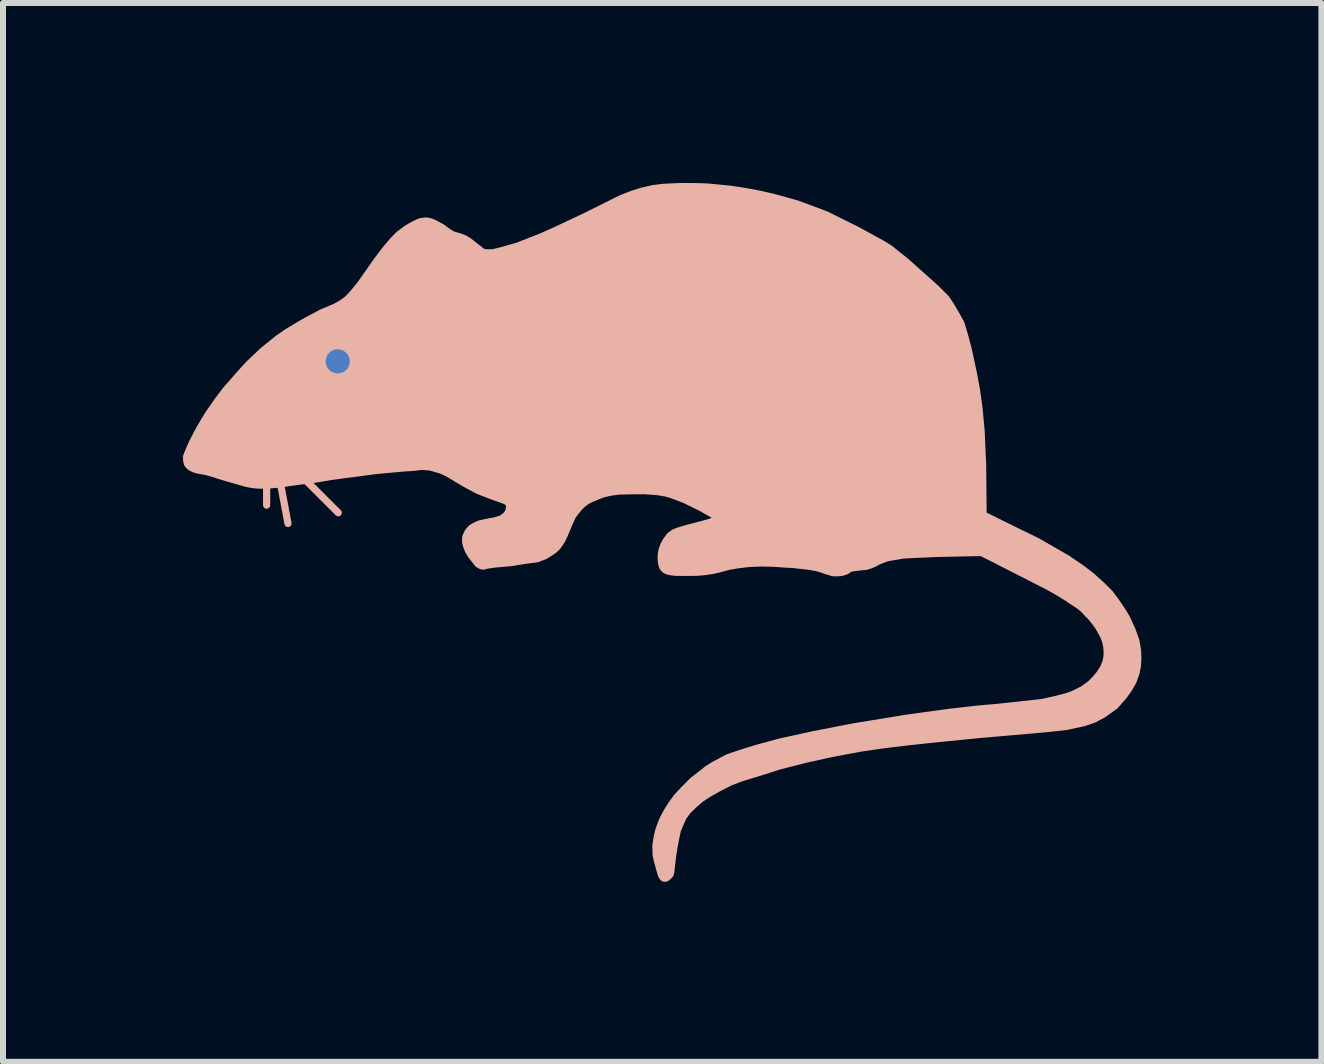
<source format=kicad_pcb>
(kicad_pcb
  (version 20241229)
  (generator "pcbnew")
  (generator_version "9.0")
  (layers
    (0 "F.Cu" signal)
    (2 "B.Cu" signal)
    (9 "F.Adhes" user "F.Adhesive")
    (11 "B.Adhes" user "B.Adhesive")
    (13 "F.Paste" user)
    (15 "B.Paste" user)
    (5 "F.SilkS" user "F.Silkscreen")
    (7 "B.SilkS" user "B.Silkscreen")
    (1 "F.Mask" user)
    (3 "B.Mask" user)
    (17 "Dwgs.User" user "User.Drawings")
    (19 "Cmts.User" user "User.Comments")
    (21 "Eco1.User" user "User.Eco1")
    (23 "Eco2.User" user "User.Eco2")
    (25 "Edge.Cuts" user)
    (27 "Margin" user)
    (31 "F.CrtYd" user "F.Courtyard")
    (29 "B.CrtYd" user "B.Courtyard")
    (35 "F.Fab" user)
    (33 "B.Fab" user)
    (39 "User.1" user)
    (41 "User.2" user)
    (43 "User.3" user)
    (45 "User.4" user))
  (footprint "LOGO_RAT"
    (layer "F.Cu")
    (at 7.618 3.466)
    (property "Reference" "LOGO_RAT" (at 0 0.5 0) (layer "F.SilkS") (effects (font (size 1 1) (thickness 0.15))))
    (attr through_hole)
    (fp_poly (pts (xy -5.538 -1.139) (xy -5.449 -1.185) (xy -5.185 -0.762) (xy -5.212 -0.744) (xy -5.234 -0.727) (xy -5.257 -0.705) (xy -5.272 -0.688) (xy -5.287 -0.667) (xy -5.299 -0.647) (xy -5.308 -0.63) (xy -5.316 -0.613) (xy -5.321 -0.599) (xy -5.325 -0.583) (xy -5.328 -0.571) (xy -5.332 -0.552) (xy -5.334 -0.54) (xy -5.337 -0.523) (xy -5.338 -0.511) (xy -5.338 -0.496) (xy -5.338 -0.481) (xy -5.337 -0.465) (xy -5.334 -0.446) (xy -5.329 -0.423) (xy -5.324 -0.407) (xy -5.318 -0.389) (xy -5.309 -0.368) (xy -5.295 -0.343) (xy -5.284 -0.326) (xy -5.271 -0.309) (xy -5.258 -0.293) (xy -5.242 -0.278) (xy -5.209 -0.251) (xy -5.188 -0.238) (xy -5.171 -0.229) (xy -5.152 -0.221) (xy -5.131 -0.213) (xy -5.102 -0.205) (xy -5.055 -0.198) (xy -5.017 -0.198) (xy -4.973 -0.204) (xy -4.935 -0.216) (xy -4.902 -0.23) (xy -4.875 -0.246) (xy -4.858 -0.258) (xy -4.828 -0.283) (xy -4.797 -0.317) (xy -4.78 -0.342) (xy -4.76 -0.38) (xy -4.75 -0.41) (xy -4.745 -0.431) (xy -4.74 -0.458) (xy -4.737 -0.5) (xy -4.739 -0.536) (xy -4.748 -0.579) (xy -4.765 -0.625) (xy -4.783 -0.66) (xy -4.809 -0.694) (xy -4.821 -0.707) (xy -4.838 -0.723) (xy -4.848 -0.732) (xy -4.87 -0.748) (xy -4.893 -0.762) (xy -4.905 -0.768) (xy -4.92 -0.776) (xy -4.931 -0.78) (xy -4.95 -0.786) (xy -4.96 -0.789) (xy -4.972 -0.792) (xy -4.982 -0.794) (xy -4.995 -0.796) (xy -5.012 -0.798) (xy -5.03 -0.799) (xy -5.057 -0.799) (xy -5.082 -0.797) (xy -5.118 -0.791) (xy -5.144 -0.782) (xy -5.163 -0.773) (xy -5.178 -0.765) (xy -5.181 -0.763) (xy -5.446 -1.187) (xy -5.281 -1.275) (xy -5.061 -1.366) (xy -4.953 -1.428) (xy -4.85 -1.501) (xy -4.748 -1.609) (xy -4.627 -1.758) (xy -4.477 -1.97) (xy -4.354 -2.148) (xy -4.203 -2.346) (xy -4.084 -2.486) (xy -3.995 -2.577) (xy -3.867 -2.674) (xy -3.758 -2.737) (xy -3.653 -2.787) (xy -3.57 -2.799) (xy -3.514 -2.79) (xy -3.438 -2.759) (xy -3.322 -2.696) (xy -3.227 -2.625) (xy -3.133 -2.569) (xy -3.048 -2.546) (xy -2.949 -2.511) (xy -2.871 -2.464) (xy -2.807 -2.412) (xy -2.704 -2.332) (xy -2.634 -2.278) (xy -2.558 -2.267) (xy -2.444 -2.269) (xy -2.295 -2.305) (xy -2.023 -2.383) (xy -1.618 -2.542) (xy -1.359 -2.658) (xy -0.899 -2.875) (xy -0.469 -3.089) (xy -0.308 -3.17) (xy -0.114 -3.247) (xy 0.046 -3.297) (xy 0.225 -3.338) (xy 0.385 -3.358) (xy 0.528 -3.366) (xy 0.69 -3.373) (xy 0.8 -3.372) (xy 0.993 -3.37) (xy 1.135 -3.364) (xy 1.278 -3.35) (xy 1.497 -3.328) (xy 1.639 -3.308) (xy 1.864 -3.27) (xy 2.015 -3.24) (xy 2.212 -3.194) (xy 2.357 -3.155) (xy 2.604 -3.085) (xy 2.79 -3.017) (xy 3.089 -2.904) (xy 3.604 -2.649) (xy 4.017 -2.422) (xy 4.139 -2.347) (xy 4.406 -2.134) (xy 4.908 -1.685) (xy 5.073 -1.519) (xy 5.141 -1.417) (xy 5.221 -1.283) (xy 5.313 -1.118) (xy 5.373 -0.92) (xy 5.437 -0.676) (xy 5.519 -0.295) (xy 5.572 -0.008) (xy 5.614 0.295) (xy 5.648 0.668) (xy 5.673 1.234) (xy 5.681 2.081) (xy 5.713 2.101) (xy 6.21 2.347) (xy 6.613 2.543) (xy 7.101 2.825) (xy 7.337 2.986) (xy 7.5 3.11) (xy 7.675 3.269) (xy 7.804 3.397) (xy 7.902 3.529) (xy 7.992 3.661) (xy 8.075 3.796) (xy 8.164 3.99) (xy 8.23 4.173) (xy 8.256 4.327) (xy 8.261 4.46) (xy 8.253 4.58) (xy 8.229 4.692) (xy 8.184 4.818) (xy 8.116 4.936) (xy 8.036 5.05) (xy 7.893 5.213) (xy 7.707 5.347) (xy 7.552 5.43) (xy 7.396 5.484) (xy 7.101 5.548) (xy 6.744 5.587) (xy 5.63 5.684) (xy 4.822 5.765) (xy 4.469 5.803) (xy 4.039 5.855) (xy 3.653 5.912) (xy 3.212 5.995) (xy 2.763 6.093) (xy 2.316 6.207) (xy 1.981 6.314) (xy 1.67 6.409) (xy 1.497 6.475) (xy 1.308 6.57) (xy 1.137 6.665) (xy 0.99 6.76) (xy 0.879 6.857) (xy 0.767 6.965) (xy 0.687 7.075) (xy 0.63 7.199) (xy 0.585 7.308) (xy 0.561 7.422) (xy 0.532 7.572) (xy 0.509 7.711) (xy 0.492 7.85) (xy 0.483 7.923) (xy 0.476 7.995) (xy 0.469 8.031) (xy 0.455 8.048) (xy 0.424 8.076) (xy 0.415 8.078) (xy 0.401 8.06) (xy 0.392 8.034) (xy 0.382 8.001) (xy 0.365 7.94) (xy 0.348 7.876) (xy 0.329 7.812) (xy 0.311 7.728) (xy 0.31 7.662) (xy 0.307 7.579) (xy 0.317 7.508) (xy 0.329 7.435) (xy 0.352 7.338) (xy 0.379 7.259) (xy 0.411 7.176) (xy 0.448 7.1) (xy 0.501 7.006) (xy 0.565 6.905) (xy 0.648 6.793) (xy 0.744 6.688) (xy 0.813 6.619) (xy 0.912 6.52) (xy 1.043 6.418) (xy 1.147 6.335) (xy 1.252 6.269) (xy 1.484 6.145) (xy 1.731 6.062) (xy 1.822 6.033) (xy 1.969 5.989) (xy 2.347 5.886) (xy 2.9 5.765) (xy 3.568 5.635) (xy 4.475 5.487) (xy 5.185 5.39) (xy 5.635 5.339) (xy 5.965 5.31) (xy 6.499 5.253) (xy 6.72 5.227) (xy 6.932 5.18) (xy 7.112 5.134) (xy 7.232 5.093) (xy 7.41 5.005) (xy 7.542 4.907) (xy 7.621 4.828) (xy 7.699 4.735) (xy 7.766 4.629) (xy 7.811 4.517) (xy 7.828 4.423) (xy 7.83 4.334) (xy 7.823 4.249) (xy 7.801 4.149) (xy 7.768 4.062) (xy 7.684 3.91) (xy 7.64 3.849) (xy 7.589 3.782) (xy 7.554 3.738) (xy 7.502 3.687) (xy 7.417 3.596) (xy 7.341 3.536) (xy 7.253 3.479) (xy 7.122 3.392) (xy 6.986 3.308) (xy 6.821 3.216) (xy 6.713 3.161) (xy 6.489 3.046) (xy 6.142 2.87) (xy 5.879 2.735) (xy 5.729 2.661) (xy 5.704 2.649) (xy 5.686 2.648) (xy 5.355 2.654) (xy 4.952 2.663) (xy 4.588 2.679) (xy 4.381 2.69) (xy 4.207 2.72) (xy 4.129 2.732) (xy 4.046 2.76) (xy 3.95 2.798) (xy 3.89 2.832) (xy 3.824 2.859) (xy 3.761 2.879) (xy 3.669 2.887) (xy 3.572 2.9) (xy 3.5 2.91) (xy 3.469 2.927) (xy 3.415 2.962) (xy 3.366 2.977) (xy 3.323 2.984) (xy 3.266 2.985) (xy 3.22 2.984) (xy 3.159 2.963) (xy 3.113 2.951) (xy 3.037 2.923) (xy 2.944 2.898) (xy 2.816 2.876) (xy 2.548 2.846) (xy 2.41 2.839) (xy 2.214 2.825) (xy 2.012 2.822) (xy 1.818 2.83) (xy 1.628 2.852) (xy 1.466 2.88) (xy 1.306 2.924) (xy 1.199 2.948) (xy 1.078 2.966) (xy 0.946 2.977) (xy 0.789 2.979) (xy 0.6 2.977) (xy 0.518 2.968) (xy 0.465 2.954) (xy 0.438 2.938) (xy 0.42 2.917) (xy 0.408 2.888) (xy 0.401 2.853) (xy 0.396 2.808) (xy 0.395 2.757) (xy 0.4 2.705) (xy 0.409 2.656) (xy 0.433 2.586) (xy 0.47 2.519) (xy 0.528 2.439) (xy 0.583 2.398) (xy 0.645 2.371) (xy 0.784 2.329) (xy 1.06 2.257) (xy 1.207 2.216) (xy 1.292 2.162) (xy 1.335 2.129) (xy 1.348 2.106) (xy 1.326 2.07) (xy 1.272 2.033) (xy 1.193 1.992) (xy 1.065 1.918) (xy 0.772 1.773) (xy 0.581 1.7) (xy 0.543 1.685) (xy 0.435 1.655) (xy 0.293 1.632) (xy 0.084 1.617) (xy -0.07 1.617) (xy -0.356 1.623) (xy -0.501 1.643) (xy -0.623 1.671) (xy -0.732 1.713) (xy -0.85 1.763) (xy -0.911 1.796) (xy -0.979 1.847) (xy -1.034 1.899) (xy -1.104 1.984) (xy -1.156 2.052) (xy -1.206 2.16) (xy -1.249 2.261) (xy -1.301 2.385) (xy -1.335 2.457) (xy -1.371 2.512) (xy -1.398 2.551) (xy -1.415 2.572) (xy -1.448 2.604) (xy -1.488 2.634) (xy -1.6 2.705) (xy -1.727 2.754) (xy -1.943 2.781) (xy -2.146 2.815) (xy -2.41 2.838) (xy -2.572 2.861) (xy -2.605 2.874) (xy -2.633 2.87) (xy -2.671 2.848) (xy -2.709 2.8) (xy -2.737 2.764) (xy -2.78 2.71) (xy -2.823 2.636) (xy -2.848 2.574) (xy -2.865 2.509) (xy -2.864 2.441) (xy -2.832 2.37) (xy -2.784 2.314) (xy -2.733 2.284) (xy -2.667 2.252) (xy -2.558 2.228) (xy -2.397 2.197) (xy -2.289 2.163) (xy -2.22 2.113) (xy -2.177 2.07) (xy -2.148 2.014) (xy -2.135 1.965) (xy -2.132 1.92) (xy -2.141 1.869) (xy -2.15 1.841) (xy -2.167 1.823) (xy -2.19 1.809) (xy -2.22 1.79) (xy -2.295 1.762) (xy -2.445 1.709) (xy -2.62 1.642) (xy -2.689 1.613) (xy -2.783 1.563) (xy -2.893 1.504) (xy -3.193 1.325) (xy -3.304 1.275) (xy -3.489 1.222) (xy -3.647 1.211) (xy -3.752 1.225) (xy -3.963 1.24) (xy -4.406 1.281) (xy -4.664 1.315) (xy -4.924 1.349) (xy -5.16 1.381) (xy -5.425 1.426) (xy -5.848 1.481) (xy -5.978 1.503) (xy -6.181 1.521) (xy -6.342 1.525) (xy -6.454 1.515) (xy -6.546 1.497) (xy -6.812 1.421) (xy -7.015 1.361) (xy -7.099 1.332) (xy -7.222 1.298) (xy -7.359 1.274) (xy -7.424 1.254) (xy -7.472 1.228) (xy -7.504 1.195) (xy -7.516 1.15) (xy -7.518 1.097) (xy -7.485 1.014) (xy -7.428 0.883) (xy -7.305 0.646) (xy -7.167 0.415) (xy -6.996 0.171) (xy -6.874 0.009) (xy -6.647 -0.251) (xy -6.482 -0.432) (xy -6.25 -0.65) (xy -6.007 -0.846) (xy -5.859 -0.949) (xy -5.719 -1.032) (xy -5.619 -1.092)) (stroke (width 0.1) (type solid)) (fill yes) (layer "B.Cu"))
    (fp_line (start -6.233 1.441) (end -6.233 1.904) (stroke (width 0.05) (type solid)) (layer "B.SilkS"))
    (fp_line (start -6.223 1.905) (end -6.223 1.448) (stroke (width 0.12) (type solid)) (layer "B.SilkS"))
    (fp_line (start -6.038 1.337) (end -5.887 2.206) (stroke (width 0.05) (type solid)) (layer "B.SilkS"))
    (fp_line (start -5.867 2.21) (end -6.02 1.397) (stroke (width 0.12) (type solid)) (layer "B.SilkS"))
    (fp_line (start -5.66 1.425) (end -5.043 2.03) (stroke (width 0.05) (type solid)) (layer "B.SilkS"))
    (fp_line (start -5.029 2.032) (end -5.74 1.321) (stroke (width 0.12) (type solid)) (layer "B.SilkS"))
    (fp_poly (pts (xy -5.538 -1.132) (xy -5.449 -1.178) (xy -5.185 -0.755) (xy -5.212 -0.737) (xy -5.234 -0.72) (xy -5.257 -0.698) (xy -5.272 -0.681) (xy -5.287 -0.66) (xy -5.299 -0.64) (xy -5.308 -0.623) (xy -5.316 -0.606) (xy -5.321 -0.592) (xy -5.325 -0.576) (xy -5.328 -0.564) (xy -5.332 -0.545) (xy -5.334 -0.533) (xy -5.337 -0.516) (xy -5.338 -0.504) (xy -5.338 -0.489) (xy -5.338 -0.474) (xy -5.337 -0.458) (xy -5.334 -0.439) (xy -5.329 -0.416) (xy -5.324 -0.4) (xy -5.318 -0.382) (xy -5.309 -0.361) (xy -5.295 -0.336) (xy -5.284 -0.319) (xy -5.271 -0.302) (xy -5.258 -0.286) (xy -5.242 -0.271) (xy -5.209 -0.244) (xy -5.188 -0.231) (xy -5.171 -0.222) (xy -5.152 -0.214) (xy -5.131 -0.206) (xy -5.102 -0.198) (xy -5.055 -0.191) (xy -5.017 -0.191) (xy -4.973 -0.197) (xy -4.935 -0.209) (xy -4.902 -0.223) (xy -4.875 -0.239) (xy -4.858 -0.251) (xy -4.828 -0.276) (xy -4.797 -0.31) (xy -4.78 -0.335) (xy -4.76 -0.373) (xy -4.75 -0.403) (xy -4.745 -0.424) (xy -4.74 -0.451) (xy -4.737 -0.493) (xy -4.739 -0.529) (xy -4.748 -0.572) (xy -4.765 -0.618) (xy -4.783 -0.653) (xy -4.809 -0.687) (xy -4.821 -0.7) (xy -4.838 -0.716) (xy -4.848 -0.725) (xy -4.87 -0.741) (xy -4.893 -0.755) (xy -4.905 -0.761) (xy -4.92 -0.769) (xy -4.931 -0.773) (xy -4.95 -0.779) (xy -4.96 -0.782) (xy -4.972 -0.785) (xy -4.982 -0.787) (xy -4.995 -0.789) (xy -5.012 -0.791) (xy -5.03 -0.792) (xy -5.057 -0.792) (xy -5.082 -0.79) (xy -5.118 -0.784) (xy -5.144 -0.775) (xy -5.163 -0.766) (xy -5.178 -0.758) (xy -5.181 -0.756) (xy -5.446 -1.18) (xy -5.281 -1.268) (xy -5.061 -1.359) (xy -4.953 -1.421) (xy -4.85 -1.494) (xy -4.748 -1.602) (xy -4.627 -1.751) (xy -4.477 -1.963) (xy -4.354 -2.141) (xy -4.203 -2.339) (xy -4.084 -2.479) (xy -3.995 -2.57) (xy -3.867 -2.667) (xy -3.758 -2.73) (xy -3.653 -2.78) (xy -3.57 -2.792) (xy -3.514 -2.783) (xy -3.438 -2.752) (xy -3.322 -2.689) (xy -3.227 -2.618) (xy -3.133 -2.562) (xy -3.048 -2.539) (xy -2.949 -2.504) (xy -2.871 -2.457) (xy -2.807 -2.405) (xy -2.704 -2.325) (xy -2.634 -2.271) (xy -2.558 -2.26) (xy -2.444 -2.262) (xy -2.295 -2.298) (xy -2.023 -2.376) (xy -1.618 -2.535) (xy -1.359 -2.651) (xy -0.899 -2.868) (xy -0.469 -3.082) (xy -0.308 -3.163) (xy -0.114 -3.24) (xy 0.046 -3.29) (xy 0.225 -3.331) (xy 0.385 -3.351) (xy 0.528 -3.359) (xy 0.69 -3.366) (xy 0.8 -3.365) (xy 0.993 -3.363) (xy 1.135 -3.357) (xy 1.278 -3.343) (xy 1.497 -3.321) (xy 1.639 -3.301) (xy 1.864 -3.263) (xy 2.015 -3.233) (xy 2.212 -3.187) (xy 2.357 -3.148) (xy 2.604 -3.078) (xy 2.79 -3.01) (xy 3.089 -2.897) (xy 3.604 -2.642) (xy 4.017 -2.415) (xy 4.139 -2.34) (xy 4.406 -2.127) (xy 4.908 -1.678) (xy 5.073 -1.512) (xy 5.141 -1.41) (xy 5.221 -1.276) (xy 5.313 -1.111) (xy 5.373 -0.913) (xy 5.437 -0.669) (xy 5.519 -0.288) (xy 5.572 -0.001) (xy 5.614 0.302) (xy 5.648 0.675) (xy 5.673 1.241) (xy 5.681 2.088) (xy 5.713 2.108) (xy 6.21 2.354) (xy 6.613 2.55) (xy 7.101 2.832) (xy 7.337 2.993) (xy 7.5 3.117) (xy 7.675 3.276) (xy 7.804 3.404) (xy 7.902 3.536) (xy 7.992 3.668) (xy 8.075 3.803) (xy 8.164 3.997) (xy 8.23 4.18) (xy 8.256 4.334) (xy 8.261 4.467) (xy 8.253 4.587) (xy 8.229 4.699) (xy 8.184 4.825) (xy 8.116 4.943) (xy 8.036 5.057) (xy 7.893 5.22) (xy 7.707 5.354) (xy 7.552 5.437) (xy 7.396 5.491) (xy 7.101 5.555) (xy 6.744 5.594) (xy 5.63 5.691) (xy 4.822 5.772) (xy 4.469 5.81) (xy 4.039 5.862) (xy 3.653 5.919) (xy 3.212 6.002) (xy 2.763 6.1) (xy 2.316 6.214) (xy 1.981 6.321) (xy 1.67 6.416) (xy 1.497 6.482) (xy 1.308 6.577) (xy 1.137 6.672) (xy 0.99 6.767) (xy 0.879 6.864) (xy 0.767 6.972) (xy 0.687 7.082) (xy 0.63 7.206) (xy 0.585 7.315) (xy 0.561 7.429) (xy 0.532 7.579) (xy 0.509 7.718) (xy 0.492 7.857) (xy 0.483 7.93) (xy 0.476 8.002) (xy 0.469 8.038) (xy 0.455 8.055) (xy 0.424 8.083) (xy 0.415 8.085) (xy 0.401 8.067) (xy 0.392 8.041) (xy 0.382 8.008) (xy 0.365 7.947) (xy 0.348 7.883) (xy 0.329 7.819) (xy 0.311 7.735) (xy 0.31 7.669) (xy 0.307 7.586) (xy 0.317 7.515) (xy 0.329 7.442) (xy 0.352 7.345) (xy 0.379 7.266) (xy 0.411 7.183) (xy 0.448 7.107) (xy 0.501 7.013) (xy 0.565 6.912) (xy 0.648 6.8) (xy 0.744 6.695) (xy 0.813 6.626) (xy 0.912 6.527) (xy 1.043 6.425) (xy 1.147 6.342) (xy 1.252 6.276) (xy 1.484 6.152) (xy 1.731 6.069) (xy 1.822 6.04) (xy 1.969 5.996) (xy 2.347 5.893) (xy 2.9 5.772) (xy 3.568 5.642) (xy 4.475 5.494) (xy 5.185 5.397) (xy 5.635 5.346) (xy 5.965 5.317) (xy 6.499 5.26) (xy 6.72 5.234) (xy 6.932 5.187) (xy 7.112 5.141) (xy 7.232 5.1) (xy 7.41 5.012) (xy 7.542 4.914) (xy 7.621 4.835) (xy 7.699 4.742) (xy 7.766 4.636) (xy 7.811 4.524) (xy 7.828 4.43) (xy 7.83 4.341) (xy 7.823 4.256) (xy 7.801 4.156) (xy 7.768 4.069) (xy 7.684 3.917) (xy 7.64 3.856) (xy 7.589 3.789) (xy 7.554 3.745) (xy 7.502 3.694) (xy 7.417 3.603) (xy 7.341 3.543) (xy 7.253 3.486) (xy 7.122 3.399) (xy 6.986 3.315) (xy 6.821 3.223) (xy 6.713 3.168) (xy 6.489 3.053) (xy 6.142 2.877) (xy 5.879 2.742) (xy 5.729 2.668) (xy 5.704 2.656) (xy 5.686 2.655) (xy 5.355 2.661) (xy 4.952 2.67) (xy 4.588 2.686) (xy 4.381 2.697) (xy 4.207 2.727) (xy 4.129 2.739) (xy 4.046 2.767) (xy 3.95 2.805) (xy 3.89 2.839) (xy 3.824 2.866) (xy 3.761 2.886) (xy 3.669 2.894) (xy 3.572 2.907) (xy 3.5 2.917) (xy 3.469 2.934) (xy 3.415 2.969) (xy 3.366 2.984) (xy 3.323 2.991) (xy 3.266 2.992) (xy 3.22 2.991) (xy 3.159 2.97) (xy 3.113 2.958) (xy 3.037 2.93) (xy 2.944 2.905) (xy 2.816 2.883) (xy 2.548 2.853) (xy 2.41 2.846) (xy 2.214 2.832) (xy 2.012 2.829) (xy 1.818 2.837) (xy 1.628 2.859) (xy 1.466 2.887) (xy 1.306 2.931) (xy 1.199 2.955) (xy 1.078 2.973) (xy 0.946 2.984) (xy 0.789 2.986) (xy 0.6 2.984) (xy 0.518 2.975) (xy 0.465 2.961) (xy 0.438 2.945) (xy 0.42 2.924) (xy 0.408 2.895) (xy 0.401 2.86) (xy 0.396 2.815) (xy 0.395 2.764) (xy 0.4 2.712) (xy 0.409 2.663) (xy 0.433 2.593) (xy 0.47 2.526) (xy 0.528 2.446) (xy 0.583 2.405) (xy 0.645 2.378) (xy 0.784 2.336) (xy 1.06 2.264) (xy 1.207 2.223) (xy 1.292 2.169) (xy 1.335 2.136) (xy 1.348 2.113) (xy 1.326 2.077) (xy 1.272 2.04) (xy 1.193 1.999) (xy 1.065 1.925) (xy 0.772 1.78) (xy 0.581 1.707) (xy 0.543 1.692) (xy 0.435 1.662) (xy 0.293 1.639) (xy 0.084 1.624) (xy -0.07 1.624) (xy -0.356 1.63) (xy -0.501 1.65) (xy -0.623 1.678) (xy -0.732 1.72) (xy -0.85 1.77) (xy -0.911 1.803) (xy -0.979 1.854) (xy -1.034 1.906) (xy -1.104 1.991) (xy -1.156 2.059) (xy -1.206 2.167) (xy -1.249 2.268) (xy -1.301 2.392) (xy -1.335 2.464) (xy -1.371 2.519) (xy -1.398 2.558) (xy -1.415 2.579) (xy -1.448 2.611) (xy -1.488 2.641) (xy -1.6 2.712) (xy -1.727 2.761) (xy -1.943 2.788) (xy -2.146 2.822) (xy -2.41 2.845) (xy -2.572 2.868) (xy -2.605 2.881) (xy -2.633 2.877) (xy -2.671 2.855) (xy -2.709 2.807) (xy -2.737 2.771) (xy -2.78 2.717) (xy -2.823 2.643) (xy -2.848 2.581) (xy -2.865 2.516) (xy -2.864 2.448) (xy -2.832 2.377) (xy -2.784 2.321) (xy -2.733 2.291) (xy -2.667 2.259) (xy -2.558 2.235) (xy -2.397 2.204) (xy -2.289 2.17) (xy -2.22 2.12) (xy -2.177 2.077) (xy -2.148 2.021) (xy -2.135 1.972) (xy -2.132 1.927) (xy -2.141 1.876) (xy -2.15 1.848) (xy -2.167 1.83) (xy -2.19 1.816) (xy -2.22 1.797) (xy -2.295 1.769) (xy -2.445 1.716) (xy -2.62 1.649) (xy -2.689 1.62) (xy -2.783 1.57) (xy -2.893 1.511) (xy -3.193 1.332) (xy -3.304 1.282) (xy -3.489 1.229) (xy -3.647 1.218) (xy -3.752 1.232) (xy -3.963 1.247) (xy -4.406 1.288) (xy -4.664 1.322) (xy -4.924 1.356) (xy -5.16 1.388) (xy -5.425 1.433) (xy -5.848 1.488) (xy -5.978 1.51) (xy -6.181 1.528) (xy -6.342 1.532) (xy -6.454 1.522) (xy -6.546 1.504) (xy -6.812 1.428) (xy -7.015 1.368) (xy -7.099 1.339) (xy -7.222 1.305) (xy -7.359 1.281) (xy -7.424 1.261) (xy -7.472 1.235) (xy -7.504 1.202) (xy -7.516 1.157) (xy -7.518 1.104) (xy -7.485 1.021) (xy -7.428 0.89) (xy -7.305 0.653) (xy -7.167 0.422) (xy -6.996 0.178) (xy -6.874 0.016) (xy -6.647 -0.244) (xy -6.482 -0.425) (xy -6.25 -0.643) (xy -6.007 -0.839) (xy -5.859 -0.942) (xy -5.719 -1.025) (xy -5.619 -1.085)) (stroke (width 0.2) (type solid)) (fill yes) (layer "B.SilkS"))
    (pad "1" smd circle (at -5.047 -0.527) (size 0.6 0.6) (layers "B.Cu" "B.Mask")))
  (gr_rect
    (start -3 -3)
    (end 18.979 14.651)
    (stroke (width 0.1) (type default))
    (fill no)
    (layer "Edge.Cuts")))
</source>
